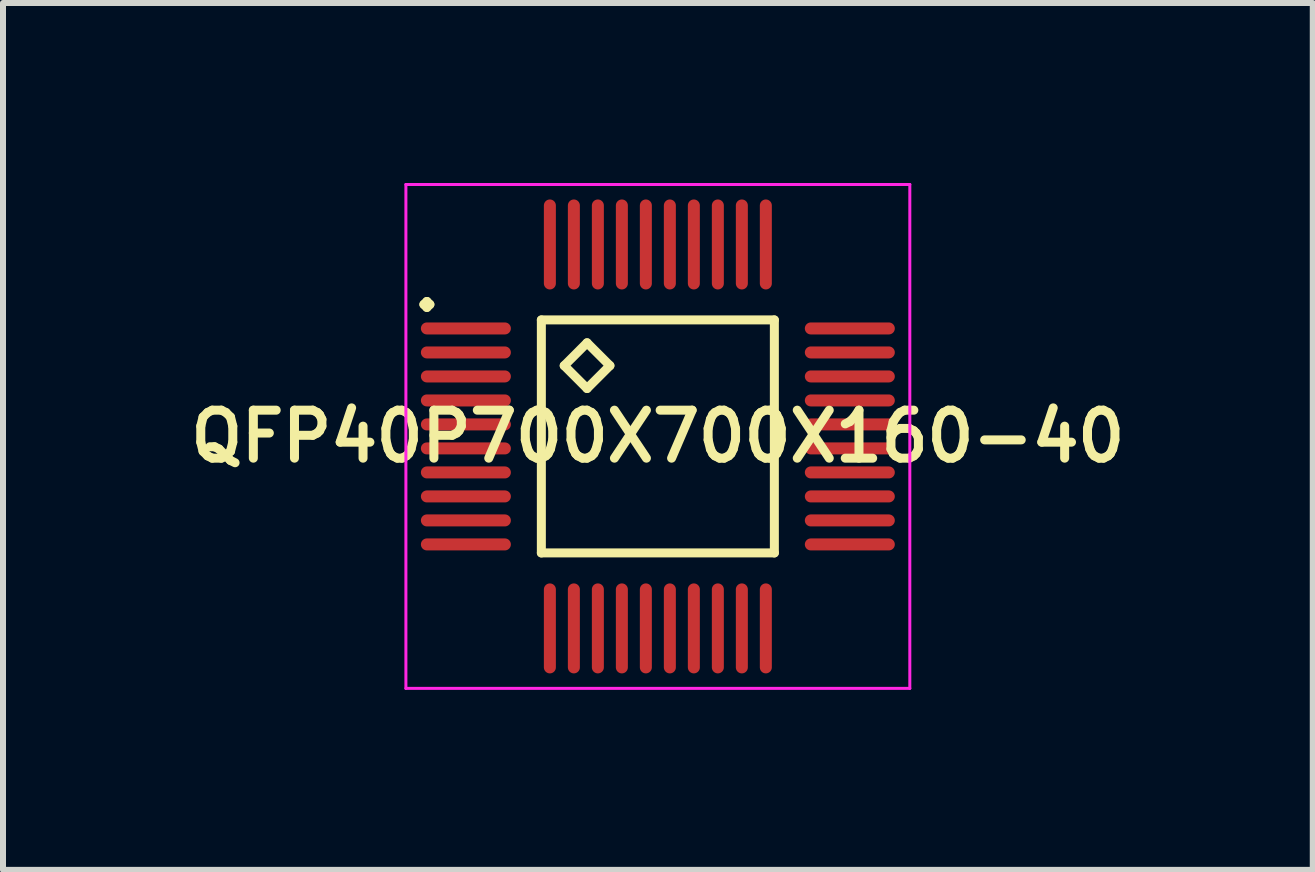
<source format=kicad_pcb>
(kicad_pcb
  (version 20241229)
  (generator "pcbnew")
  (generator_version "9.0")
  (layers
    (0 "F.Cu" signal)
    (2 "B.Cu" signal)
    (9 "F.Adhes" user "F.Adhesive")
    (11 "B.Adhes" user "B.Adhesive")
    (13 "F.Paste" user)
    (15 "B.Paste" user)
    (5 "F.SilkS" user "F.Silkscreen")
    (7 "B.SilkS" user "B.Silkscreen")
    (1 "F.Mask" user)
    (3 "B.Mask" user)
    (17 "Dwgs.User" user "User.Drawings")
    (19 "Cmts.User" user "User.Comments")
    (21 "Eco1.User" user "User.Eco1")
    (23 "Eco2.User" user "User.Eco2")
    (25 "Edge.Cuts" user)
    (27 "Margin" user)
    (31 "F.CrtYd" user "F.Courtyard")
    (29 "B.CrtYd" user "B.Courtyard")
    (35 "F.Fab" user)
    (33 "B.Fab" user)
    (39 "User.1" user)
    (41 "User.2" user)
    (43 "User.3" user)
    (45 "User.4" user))
  (footprint "QFP40P700X700X160-40"
    (layer "F.Cu")
    (at 7.916 4.225)
    (property "Reference" "QFP40P700X700X160-40" (at 0 0 0) (layer "F.SilkS") (effects (font (size 0.8 0.8) (thickness 0.15))))
    (attr smd)
    (fp_line (start -3.9 -2.2) (end -3.85 -2.25) (stroke (width 0.15) (type solid)) (layer "F.SilkS"))
    (fp_line (start -3.85 -2.25) (end -3.8 -2.2) (stroke (width 0.15) (type solid)) (layer "F.SilkS"))
    (fp_line (start -3.85 -2.15) (end -3.9 -2.2) (stroke (width 0.15) (type solid)) (layer "F.SilkS"))
    (fp_line (start -3.8 -2.2) (end -3.85 -2.15) (stroke (width 0.15) (type solid)) (layer "F.SilkS"))
    (fp_line (start -1.942 -1.942) (end -1.942 1.942) (stroke (width 0.15) (type solid)) (layer "F.SilkS"))
    (fp_line (start -1.942 1.942) (end 1.942 1.942) (stroke (width 0.15) (type solid)) (layer "F.SilkS"))
    (fp_line (start -1.561 -1.18) (end -1.18 -1.561) (stroke (width 0.15) (type solid)) (layer "F.SilkS"))
    (fp_line (start -1.18 -1.561) (end -0.799 -1.18) (stroke (width 0.15) (type solid)) (layer "F.SilkS"))
    (fp_line (start -1.18 -0.799) (end -1.561 -1.18) (stroke (width 0.15) (type solid)) (layer "F.SilkS"))
    (fp_line (start -0.799 -1.18) (end -1.18 -0.799) (stroke (width 0.15) (type solid)) (layer "F.SilkS"))
    (fp_line (start 1.942 -1.942) (end -1.942 -1.942) (stroke (width 0.15) (type solid)) (layer "F.SilkS"))
    (fp_line (start 1.942 1.942) (end 1.942 -1.942) (stroke (width 0.15) (type solid)) (layer "F.SilkS"))
    (fp_line (start -4.2 -4.2) (end 4.2 -4.2) (stroke (width 0.05) (type solid)) (layer "F.CrtYd"))
    (fp_line (start -4.2 4.2) (end -4.2 -4.2) (stroke (width 0.05) (type solid)) (layer "F.CrtYd"))
    (fp_line (start 4.2 -4.2) (end 4.2 4.2) (stroke (width 0.05) (type solid)) (layer "F.CrtYd"))
    (fp_line (start 4.2 4.2) (end -4.2 4.2) (stroke (width 0.05) (type solid)) (layer "F.CrtYd"))
    (pad "1" smd oval (at -3.2 -1.8) (size 1.5 0.2) (layers "F.Cu" "F.Mask" "F.Paste"))
    (pad "2" smd oval (at -3.2 -1.4) (size 1.5 0.2) (layers "F.Cu" "F.Mask" "F.Paste"))
    (pad "3" smd oval (at -3.2 -1) (size 1.5 0.2) (layers "F.Cu" "F.Mask" "F.Paste"))
    (pad "4" smd oval (at -3.2 -0.6) (size 1.5 0.2) (layers "F.Cu" "F.Mask" "F.Paste"))
    (pad "5" smd oval (at -3.2 -0.2) (size 1.5 0.2) (layers "F.Cu" "F.Mask" "F.Paste"))
    (pad "6" smd oval (at -3.2 0.2) (size 1.5 0.2) (layers "F.Cu" "F.Mask" "F.Paste"))
    (pad "7" smd oval (at -3.2 0.6) (size 1.5 0.2) (layers "F.Cu" "F.Mask" "F.Paste"))
    (pad "8" smd oval (at -3.2 1) (size 1.5 0.2) (layers "F.Cu" "F.Mask" "F.Paste"))
    (pad "9" smd oval (at -3.2 1.4) (size 1.5 0.2) (layers "F.Cu" "F.Mask" "F.Paste"))
    (pad "10" smd oval (at -3.2 1.8) (size 1.5 0.2) (layers "F.Cu" "F.Mask" "F.Paste"))
    (pad "11" smd oval (at -1.8 3.2) (size 0.2 1.5) (layers "F.Cu" "F.Mask" "F.Paste"))
    (pad "12" smd oval (at -1.4 3.2) (size 0.2 1.5) (layers "F.Cu" "F.Mask" "F.Paste"))
    (pad "13" smd oval (at -1 3.2) (size 0.2 1.5) (layers "F.Cu" "F.Mask" "F.Paste"))
    (pad "14" smd oval (at -0.6 3.2) (size 0.2 1.5) (layers "F.Cu" "F.Mask" "F.Paste"))
    (pad "15" smd oval (at -0.2 3.2) (size 0.2 1.5) (layers "F.Cu" "F.Mask" "F.Paste"))
    (pad "16" smd oval (at 0.2 3.2) (size 0.2 1.5) (layers "F.Cu" "F.Mask" "F.Paste"))
    (pad "17" smd oval (at 0.6 3.2) (size 0.2 1.5) (layers "F.Cu" "F.Mask" "F.Paste"))
    (pad "18" smd oval (at 1 3.2) (size 0.2 1.5) (layers "F.Cu" "F.Mask" "F.Paste"))
    (pad "19" smd oval (at 1.4 3.2) (size 0.2 1.5) (layers "F.Cu" "F.Mask" "F.Paste"))
    (pad "20" smd oval (at 1.8 3.2) (size 0.2 1.5) (layers "F.Cu" "F.Mask" "F.Paste"))
    (pad "21" smd oval (at 3.2 1.8) (size 1.5 0.2) (layers "F.Cu" "F.Mask" "F.Paste"))
    (pad "22" smd oval (at 3.2 1.4) (size 1.5 0.2) (layers "F.Cu" "F.Mask" "F.Paste"))
    (pad "23" smd oval (at 3.2 1) (size 1.5 0.2) (layers "F.Cu" "F.Mask" "F.Paste"))
    (pad "24" smd oval (at 3.2 0.6) (size 1.5 0.2) (layers "F.Cu" "F.Mask" "F.Paste"))
    (pad "25" smd oval (at 3.2 0.2) (size 1.5 0.2) (layers "F.Cu" "F.Mask" "F.Paste"))
    (pad "26" smd oval (at 3.2 -0.2) (size 1.5 0.2) (layers "F.Cu" "F.Mask" "F.Paste"))
    (pad "27" smd oval (at 3.2 -0.6) (size 1.5 0.2) (layers "F.Cu" "F.Mask" "F.Paste"))
    (pad "28" smd oval (at 3.2 -1) (size 1.5 0.2) (layers "F.Cu" "F.Mask" "F.Paste"))
    (pad "29" smd oval (at 3.2 -1.4) (size 1.5 0.2) (layers "F.Cu" "F.Mask" "F.Paste"))
    (pad "30" smd oval (at 3.2 -1.8) (size 1.5 0.2) (layers "F.Cu" "F.Mask" "F.Paste"))
    (pad "31" smd oval (at 1.8 -3.2) (size 0.2 1.5) (layers "F.Cu" "F.Mask" "F.Paste"))
    (pad "32" smd oval (at 1.4 -3.2) (size 0.2 1.5) (layers "F.Cu" "F.Mask" "F.Paste"))
    (pad "33" smd oval (at 1 -3.2) (size 0.2 1.5) (layers "F.Cu" "F.Mask" "F.Paste"))
    (pad "34" smd oval (at 0.6 -3.2) (size 0.2 1.5) (layers "F.Cu" "F.Mask" "F.Paste"))
    (pad "35" smd oval (at 0.2 -3.2) (size 0.2 1.5) (layers "F.Cu" "F.Mask" "F.Paste"))
    (pad "36" smd oval (at -0.2 -3.2) (size 0.2 1.5) (layers "F.Cu" "F.Mask" "F.Paste"))
    (pad "37" smd oval (at -0.6 -3.2) (size 0.2 1.5) (layers "F.Cu" "F.Mask" "F.Paste"))
    (pad "38" smd oval (at -1 -3.2) (size 0.2 1.5) (layers "F.Cu" "F.Mask" "F.Paste"))
    (pad "39" smd oval (at -1.4 -3.2) (size 0.2 1.5) (layers "F.Cu" "F.Mask" "F.Paste"))
    (pad "40" smd oval (at -1.8 -3.2) (size 0.2 1.5) (layers "F.Cu" "F.Mask" "F.Paste")))
  (gr_rect
    (start -3 -3)
    (end 18.833 11.45)
    (stroke (width 0.1) (type default))
    (fill no)
    (layer "Edge.Cuts")))
</source>
